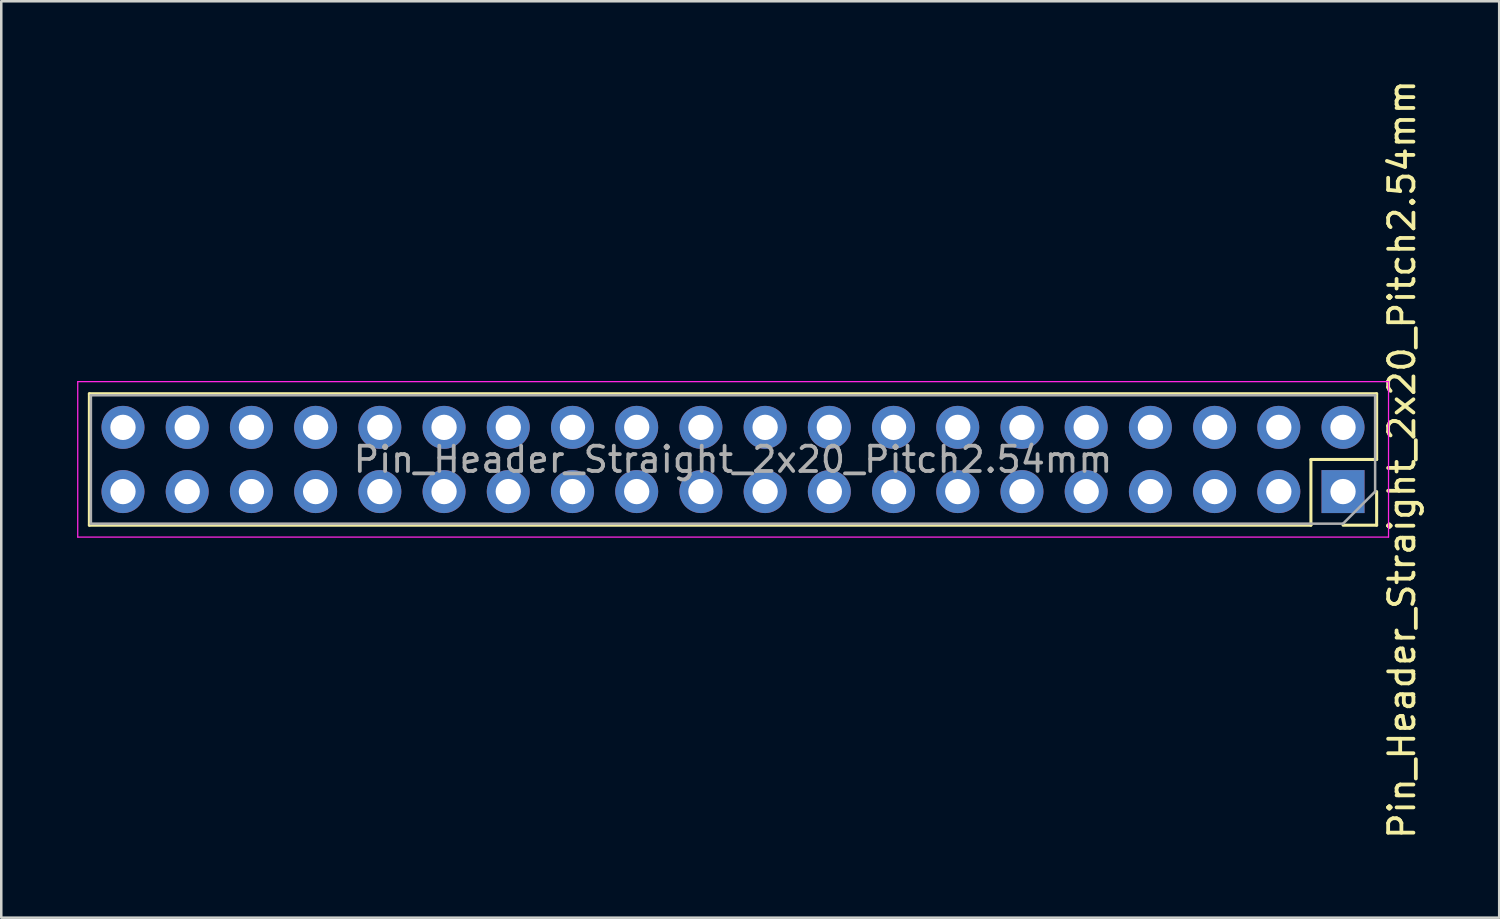
<source format=kicad_pcb>
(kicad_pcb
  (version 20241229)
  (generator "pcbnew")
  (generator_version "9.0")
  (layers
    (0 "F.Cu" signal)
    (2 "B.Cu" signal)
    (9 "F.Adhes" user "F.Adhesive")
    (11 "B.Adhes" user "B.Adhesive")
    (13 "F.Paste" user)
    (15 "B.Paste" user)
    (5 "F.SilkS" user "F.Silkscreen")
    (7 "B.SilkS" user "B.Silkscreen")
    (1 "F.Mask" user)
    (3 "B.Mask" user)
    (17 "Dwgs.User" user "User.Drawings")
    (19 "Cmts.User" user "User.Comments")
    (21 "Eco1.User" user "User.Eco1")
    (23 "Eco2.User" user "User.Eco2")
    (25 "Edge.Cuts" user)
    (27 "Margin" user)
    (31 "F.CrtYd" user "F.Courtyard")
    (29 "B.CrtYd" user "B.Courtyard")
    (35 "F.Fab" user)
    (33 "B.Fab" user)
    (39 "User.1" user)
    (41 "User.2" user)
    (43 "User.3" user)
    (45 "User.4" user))
  (footprint "Pin_Header_Straight_2x20_Pitch2.54mm"
    (layer "F.Cu")
    (at 24.15 15.645)
    (property "Reference" "Pin_Header_Straight_2x20_Pitch2.54mm" (at 28.255 -0.52 270) (layer "F.SilkS") (effects (font (size 1 1) (thickness 0.15))))
    (attr through_hole)
    (fp_line (start -23.665 2.08) (end -23.665 -3.12) (stroke (width 0.12) (type solid)) (layer "F.SilkS"))
    (fp_line (start 24.655 -0.52) (end 27.255 -0.52) (stroke (width 0.12) (type solid)) (layer "F.SilkS"))
    (fp_line (start 24.655 2.08) (end -23.665 2.08) (stroke (width 0.12) (type solid)) (layer "F.SilkS"))
    (fp_line (start 24.655 2.08) (end 24.655 -0.52) (stroke (width 0.12) (type solid)) (layer "F.SilkS"))
    (fp_line (start 25.925 2.08) (end 27.255 2.08) (stroke (width 0.12) (type solid)) (layer "F.SilkS"))
    (fp_line (start 27.255 -3.12) (end -23.665 -3.12) (stroke (width 0.12) (type solid)) (layer "F.SilkS"))
    (fp_line (start 27.255 -0.52) (end 27.255 -3.12) (stroke (width 0.12) (type solid)) (layer "F.SilkS"))
    (fp_line (start 27.255 2.08) (end 27.255 0.75) (stroke (width 0.12) (type solid)) (layer "F.SilkS"))
    (fp_line (start -24.125 -3.6) (end 27.725 -3.6) (stroke (width 0.05) (type solid)) (layer "F.CrtYd"))
    (fp_line (start -24.125 2.55) (end -24.125 -3.6) (stroke (width 0.05) (type solid)) (layer "F.CrtYd"))
    (fp_line (start 27.725 -3.6) (end 27.725 2.55) (stroke (width 0.05) (type solid)) (layer "F.CrtYd"))
    (fp_line (start 27.725 2.55) (end -24.125 2.55) (stroke (width 0.05) (type solid)) (layer "F.CrtYd"))
    (fp_line (start -23.605 -3.06) (end -23.605 2.02) (stroke (width 0.1) (type solid)) (layer "F.Fab"))
    (fp_line (start -23.605 2.02) (end 25.925 2.02) (stroke (width 0.1) (type solid)) (layer "F.Fab"))
    (fp_line (start 25.925 2.02) (end 27.195 0.75) (stroke (width 0.1) (type solid)) (layer "F.Fab"))
    (fp_line (start 27.195 -3.06) (end -23.605 -3.06) (stroke (width 0.1) (type solid)) (layer "F.Fab"))
    (fp_line (start 27.195 0.75) (end 27.195 -3.06) (stroke (width 0.1) (type solid)) (layer "F.Fab"))
    (fp_text user "${REFERENCE}" (at 1.795 -0.52 180) (layer "F.Fab") (effects (font (size 1 1) (thickness 0.15))))
    (pad "1" thru_hole rect (at 25.925 0.75 270) (size 1.7 1.7) (drill 1) (layers "*.Cu" "*.Mask"))
    (pad "2" thru_hole oval (at 25.925 -1.79 270) (size 1.7 1.7) (drill 1) (layers "*.Cu" "*.Mask"))
    (pad "3" thru_hole oval (at 23.385 0.75 270) (size 1.7 1.7) (drill 1) (layers "*.Cu" "*.Mask"))
    (pad "4" thru_hole oval (at 23.385 -1.79 270) (size 1.7 1.7) (drill 1) (layers "*.Cu" "*.Mask"))
    (pad "5" thru_hole oval (at 20.845 0.75 270) (size 1.7 1.7) (drill 1) (layers "*.Cu" "*.Mask"))
    (pad "6" thru_hole oval (at 20.845 -1.79 270) (size 1.7 1.7) (drill 1) (layers "*.Cu" "*.Mask"))
    (pad "7" thru_hole oval (at 18.305 0.75 270) (size 1.7 1.7) (drill 1) (layers "*.Cu" "*.Mask"))
    (pad "8" thru_hole oval (at 18.305 -1.79 270) (size 1.7 1.7) (drill 1) (layers "*.Cu" "*.Mask"))
    (pad "9" thru_hole oval (at 15.765 0.75 270) (size 1.7 1.7) (drill 1) (layers "*.Cu" "*.Mask"))
    (pad "10" thru_hole oval (at 15.765 -1.79 270) (size 1.7 1.7) (drill 1) (layers "*.Cu" "*.Mask"))
    (pad "11" thru_hole oval (at 13.225 0.75 270) (size 1.7 1.7) (drill 1) (layers "*.Cu" "*.Mask"))
    (pad "12" thru_hole oval (at 13.225 -1.79 270) (size 1.7 1.7) (drill 1) (layers "*.Cu" "*.Mask"))
    (pad "13" thru_hole oval (at 10.685 0.75 270) (size 1.7 1.7) (drill 1) (layers "*.Cu" "*.Mask"))
    (pad "14" thru_hole oval (at 10.685 -1.79 270) (size 1.7 1.7) (drill 1) (layers "*.Cu" "*.Mask"))
    (pad "15" thru_hole oval (at 8.145 0.75 270) (size 1.7 1.7) (drill 1) (layers "*.Cu" "*.Mask"))
    (pad "16" thru_hole oval (at 8.145 -1.79 270) (size 1.7 1.7) (drill 1) (layers "*.Cu" "*.Mask"))
    (pad "17" thru_hole oval (at 5.605 0.75 270) (size 1.7 1.7) (drill 1) (layers "*.Cu" "*.Mask"))
    (pad "18" thru_hole oval (at 5.605 -1.79 270) (size 1.7 1.7) (drill 1) (layers "*.Cu" "*.Mask"))
    (pad "19" thru_hole oval (at 3.065 0.75 270) (size 1.7 1.7) (drill 1) (layers "*.Cu" "*.Mask"))
    (pad "20" thru_hole oval (at 3.065 -1.79 270) (size 1.7 1.7) (drill 1) (layers "*.Cu" "*.Mask"))
    (pad "21" thru_hole oval (at 0.525 0.75 270) (size 1.7 1.7) (drill 1) (layers "*.Cu" "*.Mask"))
    (pad "22" thru_hole oval (at 0.525 -1.79 270) (size 1.7 1.7) (drill 1) (layers "*.Cu" "*.Mask"))
    (pad "23" thru_hole oval (at -2.015 0.75 270) (size 1.7 1.7) (drill 1) (layers "*.Cu" "*.Mask"))
    (pad "24" thru_hole oval (at -2.015 -1.79 270) (size 1.7 1.7) (drill 1) (layers "*.Cu" "*.Mask"))
    (pad "25" thru_hole oval (at -4.555 0.75 270) (size 1.7 1.7) (drill 1) (layers "*.Cu" "*.Mask"))
    (pad "26" thru_hole oval (at -4.555 -1.79 270) (size 1.7 1.7) (drill 1) (layers "*.Cu" "*.Mask"))
    (pad "27" thru_hole oval (at -7.095 0.75 270) (size 1.7 1.7) (drill 1) (layers "*.Cu" "*.Mask"))
    (pad "28" thru_hole oval (at -7.095 -1.79 270) (size 1.7 1.7) (drill 1) (layers "*.Cu" "*.Mask"))
    (pad "29" thru_hole oval (at -9.635 0.75 270) (size 1.7 1.7) (drill 1) (layers "*.Cu" "*.Mask"))
    (pad "30" thru_hole oval (at -9.635 -1.79 270) (size 1.7 1.7) (drill 1) (layers "*.Cu" "*.Mask"))
    (pad "31" thru_hole oval (at -12.175 0.75 270) (size 1.7 1.7) (drill 1) (layers "*.Cu" "*.Mask"))
    (pad "32" thru_hole oval (at -12.175 -1.79 270) (size 1.7 1.7) (drill 1) (layers "*.Cu" "*.Mask"))
    (pad "33" thru_hole oval (at -14.715 0.75 270) (size 1.7 1.7) (drill 1) (layers "*.Cu" "*.Mask"))
    (pad "34" thru_hole oval (at -14.715 -1.79 270) (size 1.7 1.7) (drill 1) (layers "*.Cu" "*.Mask"))
    (pad "35" thru_hole oval (at -17.255 0.75 270) (size 1.7 1.7) (drill 1) (layers "*.Cu" "*.Mask"))
    (pad "36" thru_hole oval (at -17.255 -1.79 270) (size 1.7 1.7) (drill 1) (layers "*.Cu" "*.Mask"))
    (pad "37" thru_hole oval (at -19.795 0.75 270) (size 1.7 1.7) (drill 1) (layers "*.Cu" "*.Mask"))
    (pad "38" thru_hole oval (at -19.795 -1.79 270) (size 1.7 1.7) (drill 1) (layers "*.Cu" "*.Mask"))
    (pad "39" thru_hole oval (at -22.335 0.75 270) (size 1.7 1.7) (drill 1) (layers "*.Cu" "*.Mask"))
    (pad "40" thru_hole oval (at -22.335 -1.79 270) (size 1.7 1.7) (drill 1) (layers "*.Cu" "*.Mask")))
  (gr_rect
    (start -3 -3)
    (end 56.253 33.25)
    (stroke (width 0.1) (type default))
    (fill no)
    (layer "Edge.Cuts")))
</source>
